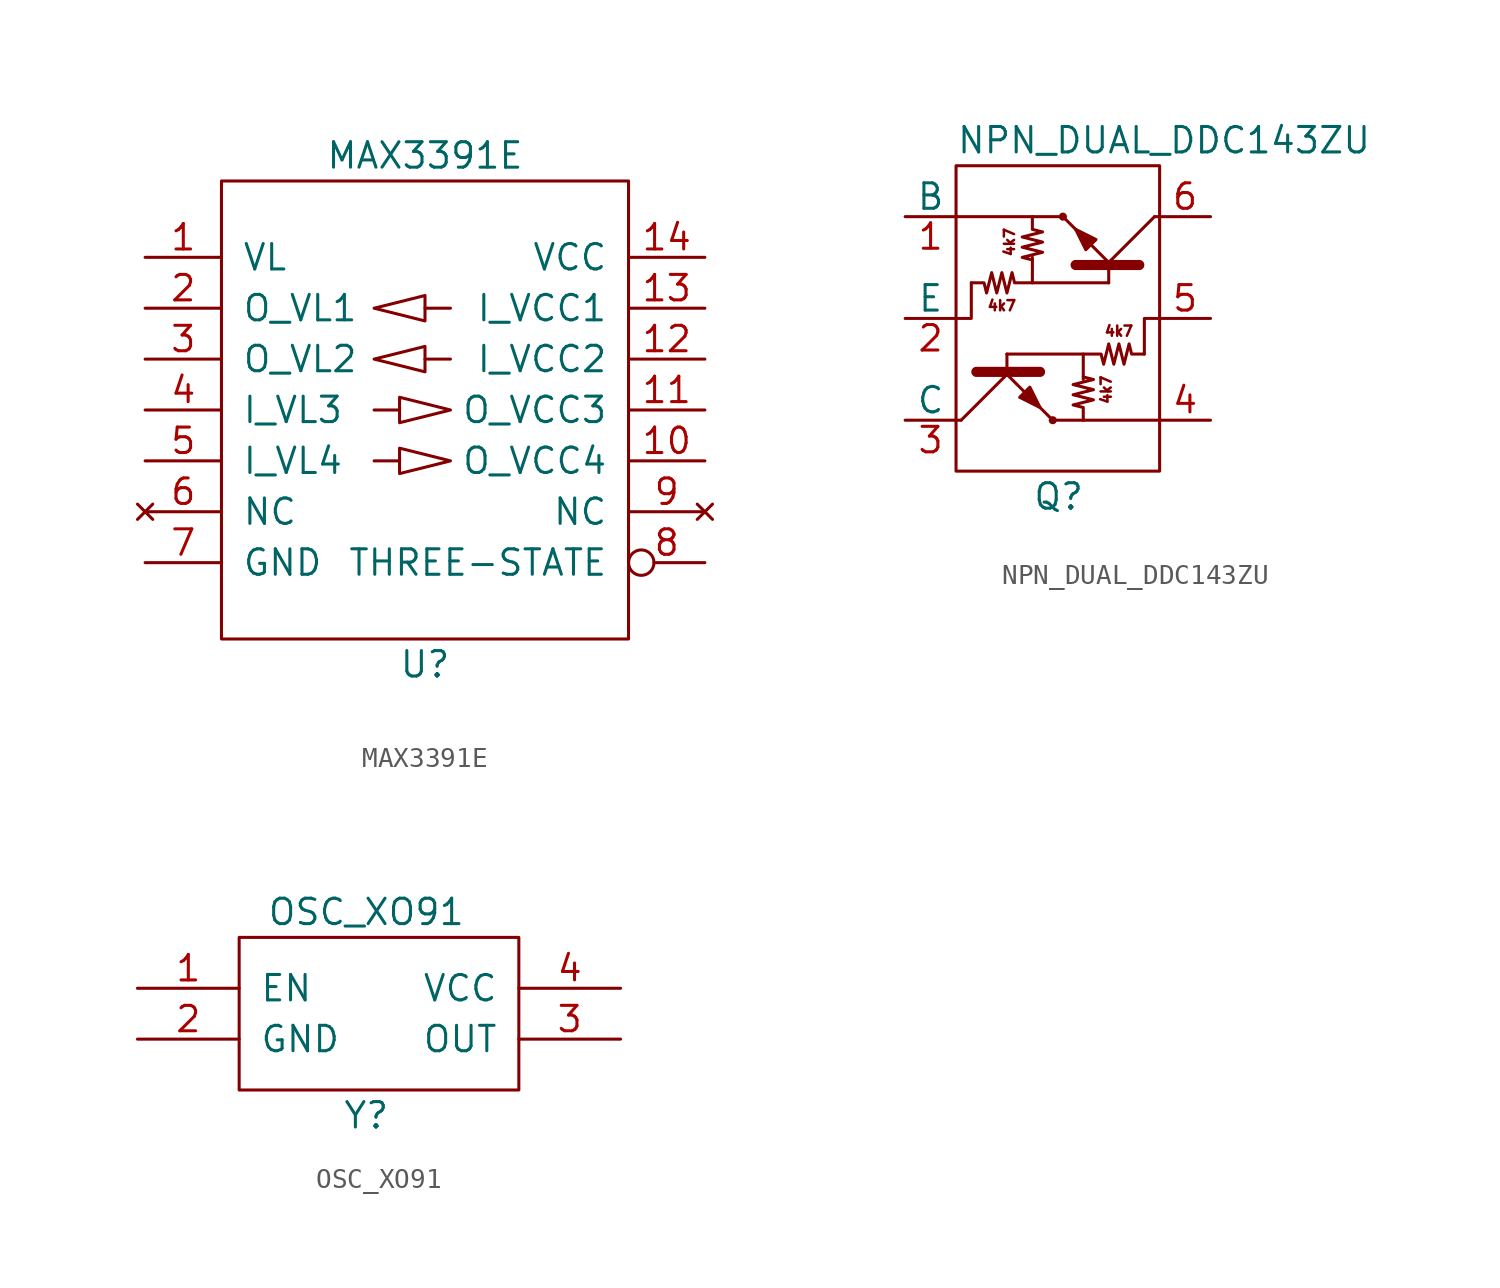
<source format=kicad_sym>
(kicad_symbol_lib
  (version 20231120)
  (generator "kicad_symbol_editor")
  (generator_version "8.0")
  (symbol "MAX3391E"
    (pin_names
      (offset 1.016))
    (property "Reference" "U"
      (at 0 -8.89 0)
      (effects (font (size 1.27 1.27))))
    (property "Value" "MAX3391E"
      (at 0 16.51 0)
      (effects (font (size 1.27 1.27))))
    (property "Footprint" ""
      (at 0 -2.54 0)
      (effects (font (size 1.27 1.27))))
    (property "Datasheet" ""
      (at 0 -2.54 0)
      (effects (font (size 1.27 1.27))))
    (symbol "MAX3391E_0_1"
      (rectangle (start -10.16 -7.62) (end 10.16 15.24) (stroke (width 0) (type solid)) (fill (type none)))
      (polyline (pts (xy -1.27 1.27) (xy -2.54 1.27)) (stroke (width 0) (type solid)) (fill (type none)))
      (polyline (pts (xy -1.27 3.81) (xy -2.54 3.81)) (stroke (width 0) (type solid)) (fill (type none)))
      (polyline (pts (xy 0 6.35) (xy 1.27 6.35)) (stroke (width 0) (type solid)) (fill (type none)))
      (polyline (pts (xy 0 8.89) (xy 1.27 8.89)) (stroke (width 0) (type solid)) (fill (type none)))
      (polyline (pts (xy -2.54 6.35) (xy 0 6.985) (xy 0 5.715) (xy -2.54 6.35)) (stroke (width 0) (type solid)) (fill (type none)))
      (polyline (pts (xy -2.54 8.89) (xy 0 9.525) (xy 0 8.255) (xy -2.54 8.89)) (stroke (width 0) (type solid)) (fill (type none)))
      (polyline (pts (xy 1.27 1.27) (xy -1.27 1.905) (xy -1.27 0.635) (xy 1.27 1.27)) (stroke (width 0) (type solid)) (fill (type none)))
      (polyline (pts (xy 1.27 3.81) (xy -1.27 4.445) (xy -1.27 3.175) (xy 1.27 3.81)) (stroke (width 0) (type solid)) (fill (type none))))
    (symbol "MAX3391E_1_1"
      (pin power_in line (at -13.97 11.43 0) (length 3.81) (name "VL" (effects (font (size 1.27 1.27)))) (number "1" (effects (font (size 1.27 1.27)))))
      (pin output line (at 13.97 1.27 180) (length 3.81) (name "O_VCC4" (effects (font (size 1.27 1.27)))) (number "10" (effects (font (size 1.27 1.27)))))
      (pin output line (at 13.97 3.81 180) (length 3.81) (name "O_VCC3" (effects (font (size 1.27 1.27)))) (number "11" (effects (font (size 1.27 1.27)))))
      (pin input line (at 13.97 6.35 180) (length 3.81) (name "I_VCC2" (effects (font (size 1.27 1.27)))) (number "12" (effects (font (size 1.27 1.27)))))
      (pin input line (at 13.97 8.89 180) (length 3.81) (name "I_VCC1" (effects (font (size 1.27 1.27)))) (number "13" (effects (font (size 1.27 1.27)))))
      (pin power_in line (at 13.97 11.43 180) (length 3.81) (name "VCC" (effects (font (size 1.27 1.27)))) (number "14" (effects (font (size 1.27 1.27)))))
      (pin output line (at -13.97 8.89 0) (length 3.81) (name "O_VL1" (effects (font (size 1.27 1.27)))) (number "2" (effects (font (size 1.27 1.27)))))
      (pin output line (at -13.97 6.35 0) (length 3.81) (name "O_VL2" (effects (font (size 1.27 1.27)))) (number "3" (effects (font (size 1.27 1.27)))))
      (pin input line (at -13.97 3.81 0) (length 3.81) (name "I_VL3" (effects (font (size 1.27 1.27)))) (number "4" (effects (font (size 1.27 1.27)))))
      (pin input line (at -13.97 1.27 0) (length 3.81) (name "I_VL4" (effects (font (size 1.27 1.27)))) (number "5" (effects (font (size 1.27 1.27)))))
      (pin no_connect line (at -13.97 -1.27 0) (length 3.81) (name "NC" (effects (font (size 1.27 1.27)))) (number "6" (effects (font (size 1.27 1.27)))))
      (pin power_in line (at -13.97 -3.81 0) (length 3.81) (name "GND" (effects (font (size 1.27 1.27)))) (number "7" (effects (font (size 1.27 1.27)))))
      (pin passive inverted (at 13.97 -3.81 180) (length 3.81) (name "THREE-STATE" (effects (font (size 1.27 1.27)))) (number "8" (effects (font (size 1.27 1.27)))))
      (pin no_connect line (at 13.97 -1.27 180) (length 3.81) (name "NC" (effects (font (size 1.27 1.27)))) (number "9" (effects (font (size 1.27 1.27)))))))
  (symbol "NPN_DUAL_DDC143ZU"
    (pin_names
      (offset 0))
    (property "Reference" "Q"
      (at -1.27 -8.89 0)
      (effects (font (size 1.27 1.27)) (justify left)))
    (property "Value" "NPN_DUAL_DDC143ZU"
      (at -5.08 8.89 0)
      (effects (font (size 1.27 1.27)) (justify left)))
    (property "Footprint" ""
      (at 2.54 2.54 90)
      (effects (font (size 1.27 1.27)) (justify left)))
    (property "Datasheet" ""
      (at 2.54 2.54 90)
      (effects (font (size 1.27 1.27)) (justify left)))
    (symbol "NPN_DUAL_DDC143ZU_0_0"
      (text "4k7" (at -2.794 0.635 0) (effects (font (size 0.508 0.508))))
      (text "4k7" (at -2.413 3.81 900) (effects (font (size 0.508 0.508))))
      (text "4k7" (at 2.413 -3.556 900) (effects (font (size 0.508 0.508))))
      (text "4k7" (at 3.048 -0.635 0) (effects (font (size 0.508 0.508)))))
    (symbol "NPN_DUAL_DDC143ZU_0_1"
      (rectangle (start -5.08 7.62) (end 5.08 -7.62) (stroke (width 0) (type solid)) (fill (type none)))
      (circle (center -0.254 -5.08) (radius 0.127) (stroke (width 0) (type solid)) (fill (type none)))
      (polyline (pts (xy -4.826 -5.08) (xy -5.08 -5.08)) (stroke (width 0) (type solid)) (fill (type none)))
      (polyline (pts (xy -4.064 -2.667) (xy -0.889 -2.667)) (stroke (width 0.508) (type solid)) (fill (type outline)))
      (polyline (pts (xy -2.54 -1.778) (xy -2.54 -2.54)) (stroke (width 0) (type solid)) (fill (type none)))
      (polyline (pts (xy -2.286 -2.54) (xy -4.826 -5.08)) (stroke (width 0) (type solid)) (fill (type none)))
      (polyline (pts (xy -1.27 1.778) (xy -1.27 3.048)) (stroke (width 0) (type solid)) (fill (type none)))
      (polyline (pts (xy -0.254 -5.08) (xy 5.08 -5.08)) (stroke (width 0) (type solid)) (fill (type none)))
      (polyline (pts (xy 0.254 5.08) (xy -5.08 5.08)) (stroke (width 0) (type solid)) (fill (type none)))
      (polyline (pts (xy 1.27 -3.048) (xy 1.27 -1.778)) (stroke (width 0) (type solid)) (fill (type none)))
      (polyline (pts (xy 2.286 2.54) (xy 4.826 5.08)) (stroke (width 0) (type solid)) (fill (type none)))
      (polyline (pts (xy 2.54 1.778) (xy 2.54 2.54)) (stroke (width 0) (type solid)) (fill (type none)))
      (polyline (pts (xy 4.064 2.667) (xy 0.889 2.667)) (stroke (width 0.508) (type solid)) (fill (type outline)))
      (polyline (pts (xy 4.826 5.08) (xy 5.08 5.08)) (stroke (width 0) (type solid)) (fill (type none)))
      (polyline (pts (xy -4.318 1.778) (xy -4.318 0) (xy -5.08 0)) (stroke (width 0) (type solid)) (fill (type none)))
      (polyline (pts (xy -0.254 -5.08) (xy -2.794 -2.54) (xy -2.794 -2.54)) (stroke (width 0) (type solid)) (fill (type none)))
      (polyline (pts (xy 0.254 5.08) (xy 2.794 2.54) (xy 2.794 2.54)) (stroke (width 0) (type solid)) (fill (type none)))
      (polyline (pts (xy 5.08 0) (xy 4.318 0) (xy 4.318 -1.778)) (stroke (width 0) (type solid)) (fill (type none)))
      (polyline (pts (xy -1.397 -3.429) (xy -1.905 -3.937) (xy -0.889 -4.445) (xy -1.397 -3.429)) (stroke (width 0) (type solid)) (fill (type outline)))
      (polyline (pts (xy 1.397 3.429) (xy 1.905 3.937) (xy 0.889 4.445) (xy 1.397 3.429)) (stroke (width 0) (type solid)) (fill (type outline)))
      (polyline (pts (xy -1.27 5.08) (xy -1.27 4.445) (xy -0.762 4.318) (xy -1.778 4.064) (xy -0.762 3.81) (xy -1.778 3.556) (xy -0.762 3.302) (xy -1.778 3.048) (xy -1.27 2.921)) (stroke (width 0) (type solid)) (fill (type none)))
      (polyline (pts (xy 1.27 -5.08) (xy 1.27 -4.445) (xy 0.762 -4.318) (xy 1.778 -4.064) (xy 0.762 -3.81) (xy 1.778 -3.556) (xy 0.762 -3.302) (xy 1.778 -3.048) (xy 1.27 -2.921)) (stroke (width 0) (type solid)) (fill (type none)))
      (polyline (pts (xy -4.318 1.778) (xy -3.683 1.778) (xy -3.556 1.27) (xy -3.302 2.286) (xy -3.048 1.27) (xy -2.794 2.286) (xy -2.54 1.27) (xy -2.286 2.286) (xy -2.159 1.778) (xy 2.54 1.778)) (stroke (width 0) (type solid)) (fill (type none)))
      (polyline (pts (xy 4.318 -1.778) (xy 3.683 -1.778) (xy 3.556 -1.27) (xy 3.302 -2.286) (xy 3.048 -1.27) (xy 2.794 -2.286) (xy 2.54 -1.27) (xy 2.286 -2.286) (xy 2.159 -1.778) (xy -2.54 -1.778)) (stroke (width 0) (type solid)) (fill (type none)))
      (circle (center 0.254 5.08) (radius 0.127) (stroke (width 0) (type solid)) (fill (type none))))
    (symbol "NPN_DUAL_DDC143ZU_1_1"
      (pin input line (at -7.62 5.08 0) (length 2.54) (name "B" (effects (font (size 1.27 1.27)))) (number "1" (effects (font (size 1.27 1.27)))))
      (pin passive line (at -7.62 0 0) (length 2.54) (name "E" (effects (font (size 1.27 1.27)))) (number "2" (effects (font (size 1.27 1.27)))))
      (pin passive line (at -7.62 -5.08 0) (length 2.54) (name "C" (effects (font (size 1.27 1.27)))) (number "3" (effects (font (size 1.27 1.27)))))
      (pin passive line (at 7.62 -5.08 180) (length 2.54) (name "~" (effects (font (size 1.27 1.27)))) (number "4" (effects (font (size 1.27 1.27)))))
      (pin passive line (at 7.62 0 180) (length 2.54) (name "~" (effects (font (size 1.27 1.27)))) (number "5" (effects (font (size 1.27 1.27)))))
      (pin passive line (at 7.62 5.08 180) (length 2.54) (name "~" (effects (font (size 1.27 1.27)))) (number "6" (effects (font (size 1.27 1.27)))))))
  (symbol "OSC_XO91"
    (pin_names
      (offset 1.016))
    (property "Reference" "Y"
      (at 0 -5.08 0)
      (effects (font (size 1.27 1.27))))
    (property "Value" "OSC_XO91"
      (at 0 5.08 0)
      (effects (font (size 1.27 1.27))))
    (symbol "OSC_XO91_0_1"
      (rectangle (start -6.35 3.81) (end 7.62 -3.81) (stroke (width 0) (type solid)) (fill (type none))))
    (symbol "OSC_XO91_1_1"
      (pin input line (at -11.43 1.27 0) (length 5.08) (name "EN" (effects (font (size 1.27 1.27)))) (number "1" (effects (font (size 1.27 1.27)))))
      (pin power_in line (at -11.43 -1.27 0) (length 5.08) (name "GND" (effects (font (size 1.27 1.27)))) (number "2" (effects (font (size 1.27 1.27)))))
      (pin input line (at 12.7 -1.27 180) (length 5.08) (name "OUT" (effects (font (size 1.27 1.27)))) (number "3" (effects (font (size 1.27 1.27)))))
      (pin power_in line (at 12.7 1.27 180) (length 5.08) (name "VCC" (effects (font (size 1.27 1.27)))) (number "4" (effects (font (size 1.27 1.27))))))))
</source>
